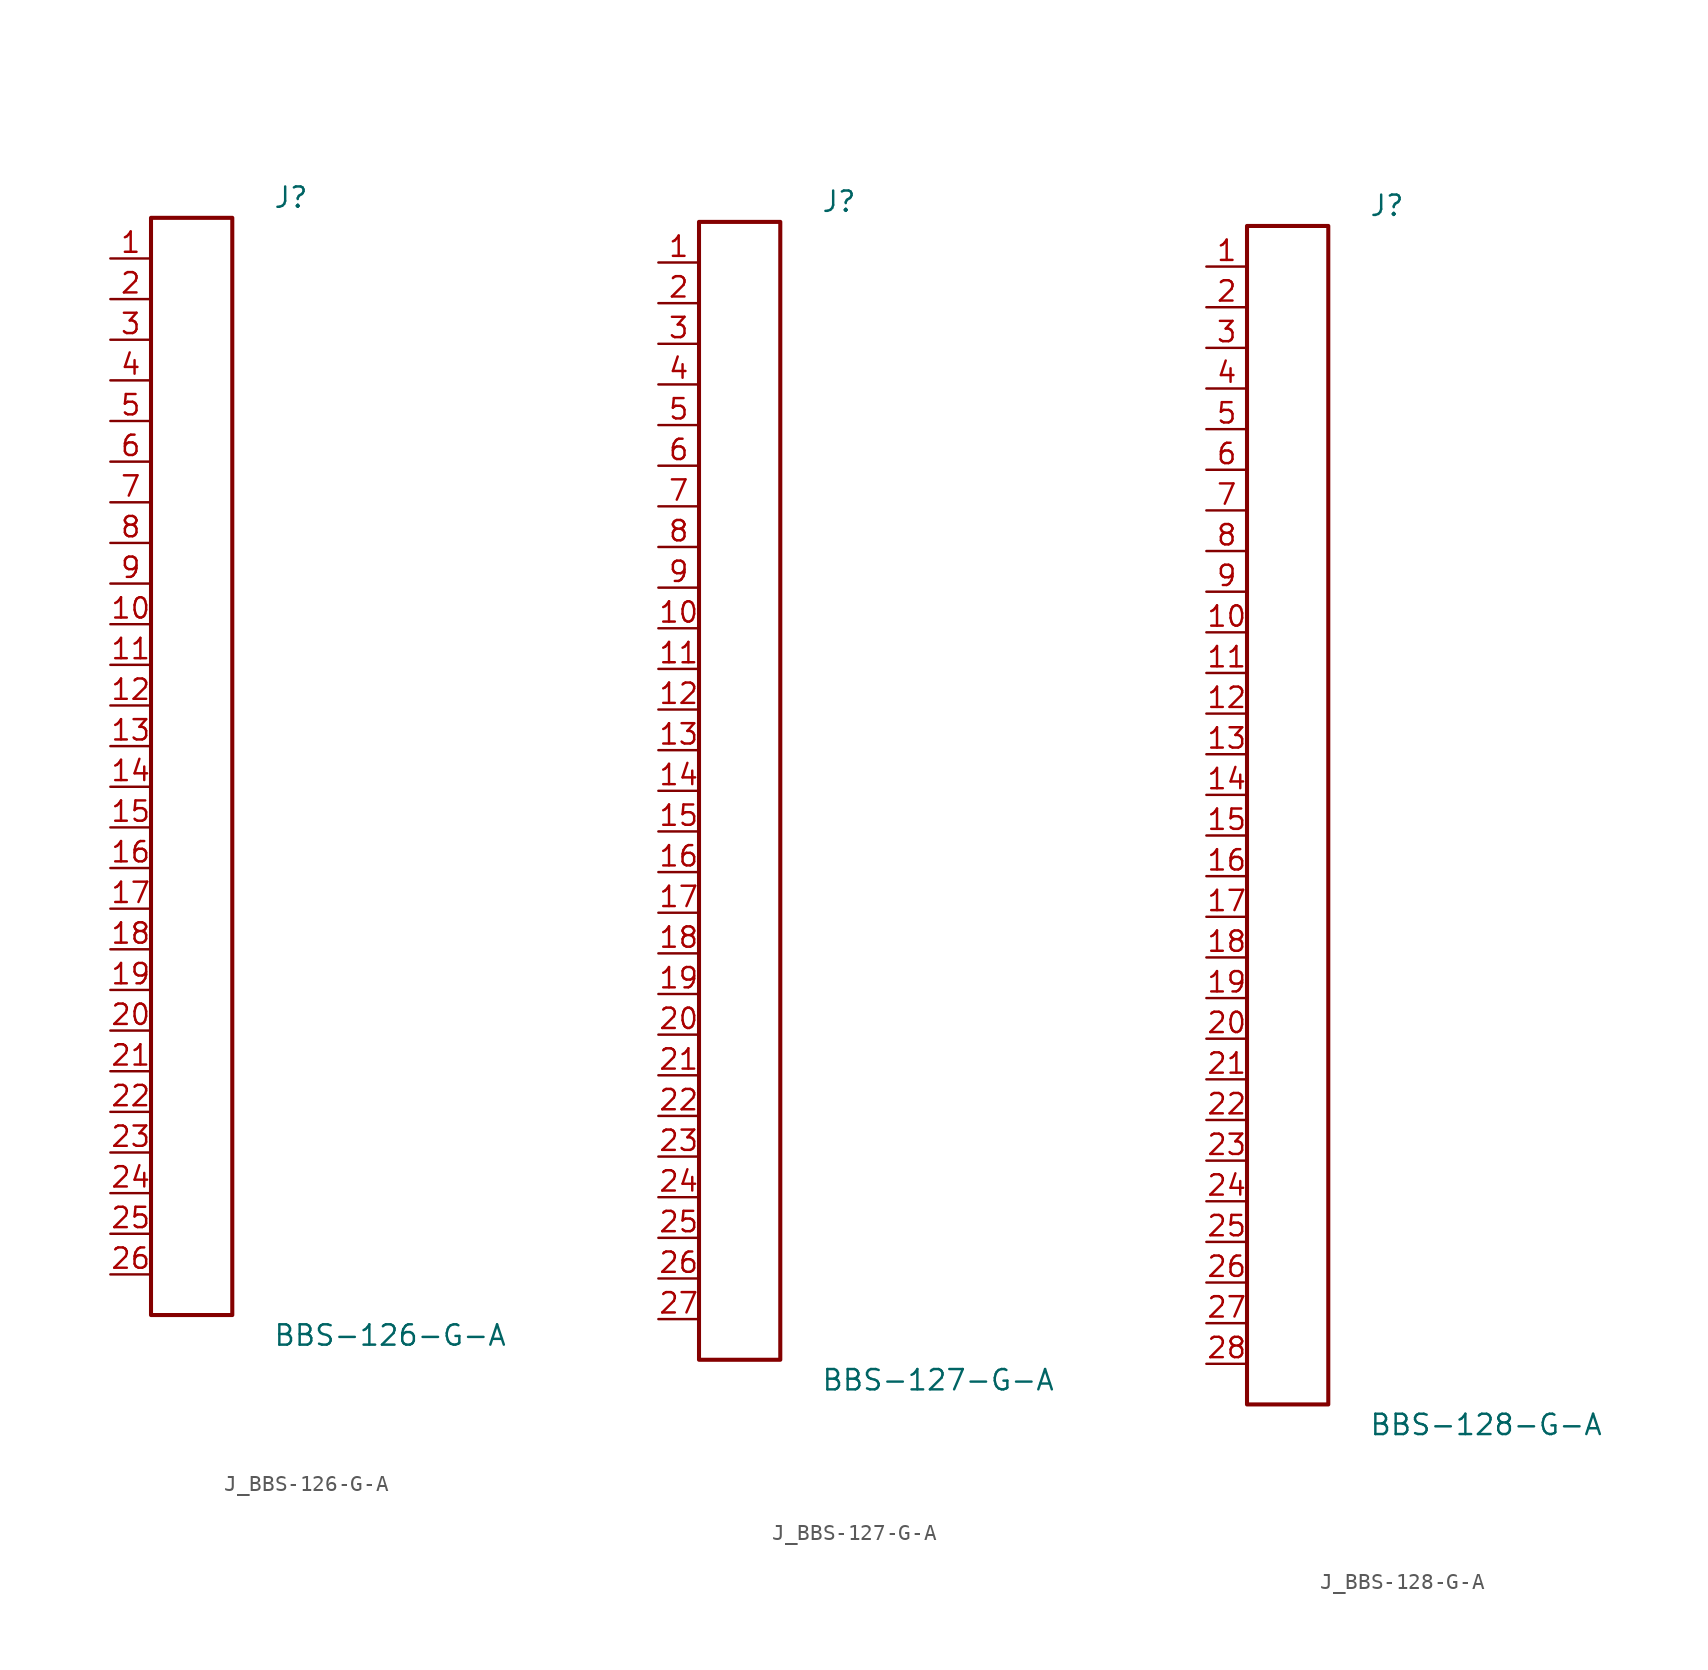
<source format=kicad_sym>
(kicad_symbol_lib
  (version 20231120)
  (generator kicad_symbol_editor)
  (generator_version 8.0)
  (symbol "J_BBS-126-G-A"
    (pin_names
      (offset 0.254))
    (property "Reference" "J"
      (at 5.08 35.56 0)
      (effects (font (size 1.27 1.27)) (justify left)))
    (property "Value" "BBS-126-G-A"
      (at 5.08 -35.56 0)
      (effects (font (size 1.27 1.27)) (justify left)))
    (symbol "J_BBS-126-G-A_0_0"
      (pin passive line (at -5.08 31.75 0) (length 2.54) (name "" (effects (font (size 1.27 1.27)))) (number "1" (effects (font (size 1.27 1.27)))))
      (pin passive line (at -5.08 29.21 0) (length 2.54) (name "" (effects (font (size 1.27 1.27)))) (number "2" (effects (font (size 1.27 1.27)))))
      (pin passive line (at -5.08 26.67 0) (length 2.54) (name "" (effects (font (size 1.27 1.27)))) (number "3" (effects (font (size 1.27 1.27)))))
      (pin passive line (at -5.08 24.13 0) (length 2.54) (name "" (effects (font (size 1.27 1.27)))) (number "4" (effects (font (size 1.27 1.27)))))
      (pin passive line (at -5.08 21.59 0) (length 2.54) (name "" (effects (font (size 1.27 1.27)))) (number "5" (effects (font (size 1.27 1.27)))))
      (pin passive line (at -5.08 19.05 0) (length 2.54) (name "" (effects (font (size 1.27 1.27)))) (number "6" (effects (font (size 1.27 1.27)))))
      (pin passive line (at -5.08 16.51 0) (length 2.54) (name "" (effects (font (size 1.27 1.27)))) (number "7" (effects (font (size 1.27 1.27)))))
      (pin passive line (at -5.08 13.97 0) (length 2.54) (name "" (effects (font (size 1.27 1.27)))) (number "8" (effects (font (size 1.27 1.27)))))
      (pin passive line (at -5.08 11.43 0) (length 2.54) (name "" (effects (font (size 1.27 1.27)))) (number "9" (effects (font (size 1.27 1.27)))))
      (pin passive line (at -5.08 8.89 0) (length 2.54) (name "" (effects (font (size 1.27 1.27)))) (number "10" (effects (font (size 1.27 1.27)))))
      (pin passive line (at -5.08 6.35 0) (length 2.54) (name "" (effects (font (size 1.27 1.27)))) (number "11" (effects (font (size 1.27 1.27)))))
      (pin passive line (at -5.08 3.81 0) (length 2.54) (name "" (effects (font (size 1.27 1.27)))) (number "12" (effects (font (size 1.27 1.27)))))
      (pin passive line (at -5.08 1.27 0) (length 2.54) (name "" (effects (font (size 1.27 1.27)))) (number "13" (effects (font (size 1.27 1.27)))))
      (pin passive line (at -5.08 -1.27 0) (length 2.54) (name "" (effects (font (size 1.27 1.27)))) (number "14" (effects (font (size 1.27 1.27)))))
      (pin passive line (at -5.08 -3.81 0) (length 2.54) (name "" (effects (font (size 1.27 1.27)))) (number "15" (effects (font (size 1.27 1.27)))))
      (pin passive line (at -5.08 -6.35 0) (length 2.54) (name "" (effects (font (size 1.27 1.27)))) (number "16" (effects (font (size 1.27 1.27)))))
      (pin passive line (at -5.08 -8.89 0) (length 2.54) (name "" (effects (font (size 1.27 1.27)))) (number "17" (effects (font (size 1.27 1.27)))))
      (pin passive line (at -5.08 -11.43 0) (length 2.54) (name "" (effects (font (size 1.27 1.27)))) (number "18" (effects (font (size 1.27 1.27)))))
      (pin passive line (at -5.08 -13.97 0) (length 2.54) (name "" (effects (font (size 1.27 1.27)))) (number "19" (effects (font (size 1.27 1.27)))))
      (pin passive line (at -5.08 -16.51 0) (length 2.54) (name "" (effects (font (size 1.27 1.27)))) (number "20" (effects (font (size 1.27 1.27)))))
      (pin passive line (at -5.08 -19.05 0) (length 2.54) (name "" (effects (font (size 1.27 1.27)))) (number "21" (effects (font (size 1.27 1.27)))))
      (pin passive line (at -5.08 -21.59 0) (length 2.54) (name "" (effects (font (size 1.27 1.27)))) (number "22" (effects (font (size 1.27 1.27)))))
      (pin passive line (at -5.08 -24.13 0) (length 2.54) (name "" (effects (font (size 1.27 1.27)))) (number "23" (effects (font (size 1.27 1.27)))))
      (pin passive line (at -5.08 -26.67 0) (length 2.54) (name "" (effects (font (size 1.27 1.27)))) (number "24" (effects (font (size 1.27 1.27)))))
      (pin passive line (at -5.08 -29.21 0) (length 2.54) (name "" (effects (font (size 1.27 1.27)))) (number "25" (effects (font (size 1.27 1.27)))))
      (pin passive line (at -5.08 -31.75 0) (length 2.54) (name "" (effects (font (size 1.27 1.27)))) (number "26" (effects (font (size 1.27 1.27))))))
    (symbol "J_BBS-126-G-A_1_0"
      (rectangle (start -2.54 34.29) (end 2.54 -34.29) (stroke (width 0.254) (type solid)) (fill (type none)))))
  (symbol "J_BBS-127-G-A"
    (pin_names
      (offset 0.254))
    (property "Reference" "J"
      (at 5.08 36.83 0)
      (effects (font (size 1.27 1.27)) (justify left)))
    (property "Value" "BBS-127-G-A"
      (at 5.08 -36.83 0)
      (effects (font (size 1.27 1.27)) (justify left)))
    (symbol "J_BBS-127-G-A_0_0"
      (pin passive line (at -5.08 33.02 0) (length 2.54) (name "" (effects (font (size 1.27 1.27)))) (number "1" (effects (font (size 1.27 1.27)))))
      (pin passive line (at -5.08 30.48 0) (length 2.54) (name "" (effects (font (size 1.27 1.27)))) (number "2" (effects (font (size 1.27 1.27)))))
      (pin passive line (at -5.08 27.94 0) (length 2.54) (name "" (effects (font (size 1.27 1.27)))) (number "3" (effects (font (size 1.27 1.27)))))
      (pin passive line (at -5.08 25.4 0) (length 2.54) (name "" (effects (font (size 1.27 1.27)))) (number "4" (effects (font (size 1.27 1.27)))))
      (pin passive line (at -5.08 22.86 0) (length 2.54) (name "" (effects (font (size 1.27 1.27)))) (number "5" (effects (font (size 1.27 1.27)))))
      (pin passive line (at -5.08 20.32 0) (length 2.54) (name "" (effects (font (size 1.27 1.27)))) (number "6" (effects (font (size 1.27 1.27)))))
      (pin passive line (at -5.08 17.78 0) (length 2.54) (name "" (effects (font (size 1.27 1.27)))) (number "7" (effects (font (size 1.27 1.27)))))
      (pin passive line (at -5.08 15.24 0) (length 2.54) (name "" (effects (font (size 1.27 1.27)))) (number "8" (effects (font (size 1.27 1.27)))))
      (pin passive line (at -5.08 12.7 0) (length 2.54) (name "" (effects (font (size 1.27 1.27)))) (number "9" (effects (font (size 1.27 1.27)))))
      (pin passive line (at -5.08 10.16 0) (length 2.54) (name "" (effects (font (size 1.27 1.27)))) (number "10" (effects (font (size 1.27 1.27)))))
      (pin passive line (at -5.08 7.62 0) (length 2.54) (name "" (effects (font (size 1.27 1.27)))) (number "11" (effects (font (size 1.27 1.27)))))
      (pin passive line (at -5.08 5.08 0) (length 2.54) (name "" (effects (font (size 1.27 1.27)))) (number "12" (effects (font (size 1.27 1.27)))))
      (pin passive line (at -5.08 2.54 0) (length 2.54) (name "" (effects (font (size 1.27 1.27)))) (number "13" (effects (font (size 1.27 1.27)))))
      (pin passive line (at -5.08 0.0 0) (length 2.54) (name "" (effects (font (size 1.27 1.27)))) (number "14" (effects (font (size 1.27 1.27)))))
      (pin passive line (at -5.08 -2.54 0) (length 2.54) (name "" (effects (font (size 1.27 1.27)))) (number "15" (effects (font (size 1.27 1.27)))))
      (pin passive line (at -5.08 -5.08 0) (length 2.54) (name "" (effects (font (size 1.27 1.27)))) (number "16" (effects (font (size 1.27 1.27)))))
      (pin passive line (at -5.08 -7.62 0) (length 2.54) (name "" (effects (font (size 1.27 1.27)))) (number "17" (effects (font (size 1.27 1.27)))))
      (pin passive line (at -5.08 -10.16 0) (length 2.54) (name "" (effects (font (size 1.27 1.27)))) (number "18" (effects (font (size 1.27 1.27)))))
      (pin passive line (at -5.08 -12.7 0) (length 2.54) (name "" (effects (font (size 1.27 1.27)))) (number "19" (effects (font (size 1.27 1.27)))))
      (pin passive line (at -5.08 -15.24 0) (length 2.54) (name "" (effects (font (size 1.27 1.27)))) (number "20" (effects (font (size 1.27 1.27)))))
      (pin passive line (at -5.08 -17.78 0) (length 2.54) (name "" (effects (font (size 1.27 1.27)))) (number "21" (effects (font (size 1.27 1.27)))))
      (pin passive line (at -5.08 -20.32 0) (length 2.54) (name "" (effects (font (size 1.27 1.27)))) (number "22" (effects (font (size 1.27 1.27)))))
      (pin passive line (at -5.08 -22.86 0) (length 2.54) (name "" (effects (font (size 1.27 1.27)))) (number "23" (effects (font (size 1.27 1.27)))))
      (pin passive line (at -5.08 -25.4 0) (length 2.54) (name "" (effects (font (size 1.27 1.27)))) (number "24" (effects (font (size 1.27 1.27)))))
      (pin passive line (at -5.08 -27.94 0) (length 2.54) (name "" (effects (font (size 1.27 1.27)))) (number "25" (effects (font (size 1.27 1.27)))))
      (pin passive line (at -5.08 -30.48 0) (length 2.54) (name "" (effects (font (size 1.27 1.27)))) (number "26" (effects (font (size 1.27 1.27)))))
      (pin passive line (at -5.08 -33.02 0) (length 2.54) (name "" (effects (font (size 1.27 1.27)))) (number "27" (effects (font (size 1.27 1.27))))))
    (symbol "J_BBS-127-G-A_1_0"
      (rectangle (start -2.54 35.56) (end 2.54 -35.56) (stroke (width 0.254) (type solid)) (fill (type none)))))
  (symbol "J_BBS-128-G-A"
    (pin_names
      (offset 0.254))
    (property "Reference" "J"
      (at 5.08 38.1 0)
      (effects (font (size 1.27 1.27)) (justify left)))
    (property "Value" "BBS-128-G-A"
      (at 5.08 -38.1 0)
      (effects (font (size 1.27 1.27)) (justify left)))
    (symbol "J_BBS-128-G-A_0_0"
      (pin passive line (at -5.08 34.29 0) (length 2.54) (name "" (effects (font (size 1.27 1.27)))) (number "1" (effects (font (size 1.27 1.27)))))
      (pin passive line (at -5.08 31.75 0) (length 2.54) (name "" (effects (font (size 1.27 1.27)))) (number "2" (effects (font (size 1.27 1.27)))))
      (pin passive line (at -5.08 29.21 0) (length 2.54) (name "" (effects (font (size 1.27 1.27)))) (number "3" (effects (font (size 1.27 1.27)))))
      (pin passive line (at -5.08 26.67 0) (length 2.54) (name "" (effects (font (size 1.27 1.27)))) (number "4" (effects (font (size 1.27 1.27)))))
      (pin passive line (at -5.08 24.13 0) (length 2.54) (name "" (effects (font (size 1.27 1.27)))) (number "5" (effects (font (size 1.27 1.27)))))
      (pin passive line (at -5.08 21.59 0) (length 2.54) (name "" (effects (font (size 1.27 1.27)))) (number "6" (effects (font (size 1.27 1.27)))))
      (pin passive line (at -5.08 19.05 0) (length 2.54) (name "" (effects (font (size 1.27 1.27)))) (number "7" (effects (font (size 1.27 1.27)))))
      (pin passive line (at -5.08 16.51 0) (length 2.54) (name "" (effects (font (size 1.27 1.27)))) (number "8" (effects (font (size 1.27 1.27)))))
      (pin passive line (at -5.08 13.97 0) (length 2.54) (name "" (effects (font (size 1.27 1.27)))) (number "9" (effects (font (size 1.27 1.27)))))
      (pin passive line (at -5.08 11.43 0) (length 2.54) (name "" (effects (font (size 1.27 1.27)))) (number "10" (effects (font (size 1.27 1.27)))))
      (pin passive line (at -5.08 8.89 0) (length 2.54) (name "" (effects (font (size 1.27 1.27)))) (number "11" (effects (font (size 1.27 1.27)))))
      (pin passive line (at -5.08 6.35 0) (length 2.54) (name "" (effects (font (size 1.27 1.27)))) (number "12" (effects (font (size 1.27 1.27)))))
      (pin passive line (at -5.08 3.81 0) (length 2.54) (name "" (effects (font (size 1.27 1.27)))) (number "13" (effects (font (size 1.27 1.27)))))
      (pin passive line (at -5.08 1.27 0) (length 2.54) (name "" (effects (font (size 1.27 1.27)))) (number "14" (effects (font (size 1.27 1.27)))))
      (pin passive line (at -5.08 -1.27 0) (length 2.54) (name "" (effects (font (size 1.27 1.27)))) (number "15" (effects (font (size 1.27 1.27)))))
      (pin passive line (at -5.08 -3.81 0) (length 2.54) (name "" (effects (font (size 1.27 1.27)))) (number "16" (effects (font (size 1.27 1.27)))))
      (pin passive line (at -5.08 -6.35 0) (length 2.54) (name "" (effects (font (size 1.27 1.27)))) (number "17" (effects (font (size 1.27 1.27)))))
      (pin passive line (at -5.08 -8.89 0) (length 2.54) (name "" (effects (font (size 1.27 1.27)))) (number "18" (effects (font (size 1.27 1.27)))))
      (pin passive line (at -5.08 -11.43 0) (length 2.54) (name "" (effects (font (size 1.27 1.27)))) (number "19" (effects (font (size 1.27 1.27)))))
      (pin passive line (at -5.08 -13.97 0) (length 2.54) (name "" (effects (font (size 1.27 1.27)))) (number "20" (effects (font (size 1.27 1.27)))))
      (pin passive line (at -5.08 -16.51 0) (length 2.54) (name "" (effects (font (size 1.27 1.27)))) (number "21" (effects (font (size 1.27 1.27)))))
      (pin passive line (at -5.08 -19.05 0) (length 2.54) (name "" (effects (font (size 1.27 1.27)))) (number "22" (effects (font (size 1.27 1.27)))))
      (pin passive line (at -5.08 -21.59 0) (length 2.54) (name "" (effects (font (size 1.27 1.27)))) (number "23" (effects (font (size 1.27 1.27)))))
      (pin passive line (at -5.08 -24.13 0) (length 2.54) (name "" (effects (font (size 1.27 1.27)))) (number "24" (effects (font (size 1.27 1.27)))))
      (pin passive line (at -5.08 -26.67 0) (length 2.54) (name "" (effects (font (size 1.27 1.27)))) (number "25" (effects (font (size 1.27 1.27)))))
      (pin passive line (at -5.08 -29.21 0) (length 2.54) (name "" (effects (font (size 1.27 1.27)))) (number "26" (effects (font (size 1.27 1.27)))))
      (pin passive line (at -5.08 -31.75 0) (length 2.54) (name "" (effects (font (size 1.27 1.27)))) (number "27" (effects (font (size 1.27 1.27)))))
      (pin passive line (at -5.08 -34.29 0) (length 2.54) (name "" (effects (font (size 1.27 1.27)))) (number "28" (effects (font (size 1.27 1.27))))))
    (symbol "J_BBS-128-G-A_1_0"
      (rectangle (start -2.54 36.83) (end 2.54 -36.83) (stroke (width 0.254) (type solid)) (fill (type none))))))
</source>
